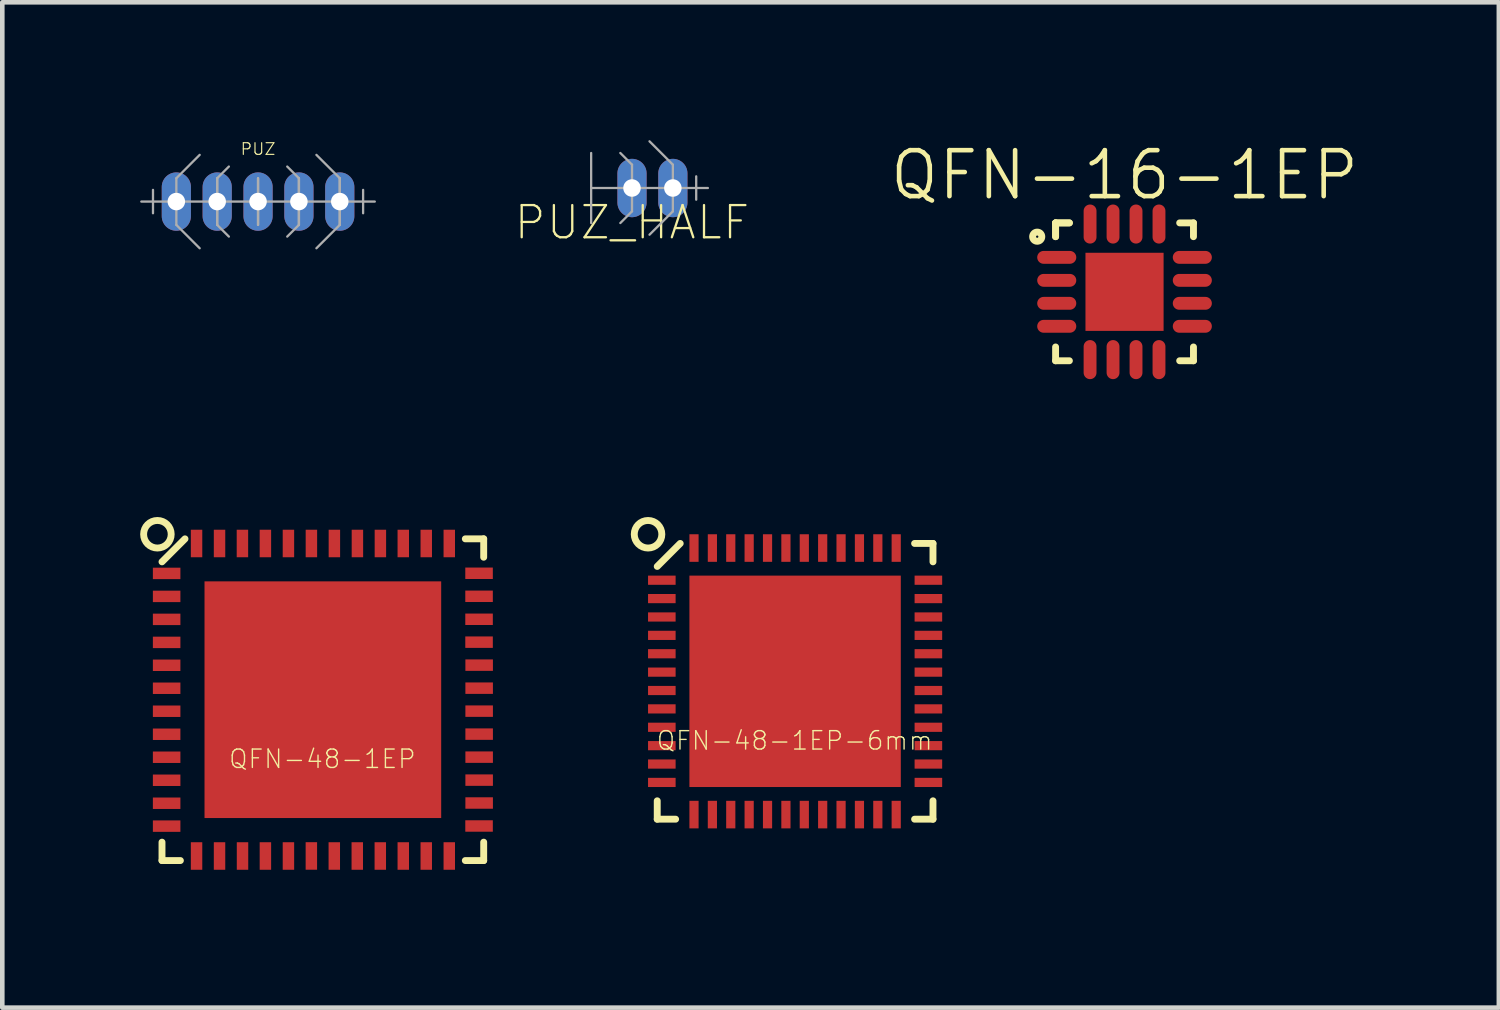
<source format=kicad_pcb>
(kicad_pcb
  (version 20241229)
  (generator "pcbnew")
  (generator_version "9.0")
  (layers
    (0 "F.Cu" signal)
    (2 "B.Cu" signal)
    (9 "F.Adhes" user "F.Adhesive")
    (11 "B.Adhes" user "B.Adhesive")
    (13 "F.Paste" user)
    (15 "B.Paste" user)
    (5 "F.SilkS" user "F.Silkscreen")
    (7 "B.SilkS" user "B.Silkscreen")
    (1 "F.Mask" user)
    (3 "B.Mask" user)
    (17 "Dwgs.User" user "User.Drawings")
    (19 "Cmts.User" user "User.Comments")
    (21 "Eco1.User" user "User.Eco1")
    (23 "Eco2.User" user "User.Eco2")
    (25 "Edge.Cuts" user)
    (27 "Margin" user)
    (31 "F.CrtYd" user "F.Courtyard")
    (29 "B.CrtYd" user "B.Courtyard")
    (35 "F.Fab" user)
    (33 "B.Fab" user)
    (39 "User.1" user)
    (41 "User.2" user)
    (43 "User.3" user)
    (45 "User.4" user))
  (footprint "QFN-16-1EP"
    (layer "F.Cu")
    (at 21.419 3.3)
    (property "Reference" "QFN-16-1EP" (at 0 -2.54 0) (layer "F.SilkS") (effects (font (size 1 1) (thickness 0.1))))
    (attr through_hole)
    (fp_line (start -1.5 -1.5) (end -1.2 -1.5) (stroke (width 0.15) (type solid)) (layer "F.SilkS"))
    (fp_line (start -1.5 -1.5) (end -1.2 -1.5) (stroke (width 0.15) (type solid)) (layer "F.SilkS"))
    (fp_line (start -1.5 -1.2) (end -1.5 -1.5) (stroke (width 0.15) (type solid)) (layer "F.SilkS"))
    (fp_line (start -1.5 -1.2) (end -1.5 -1.5) (stroke (width 0.15) (type solid)) (layer "F.SilkS"))
    (fp_line (start -1.5 1.5) (end -1.5 1.2) (stroke (width 0.15) (type solid)) (layer "F.SilkS"))
    (fp_line (start -1.5 1.5) (end -1.2 1.5) (stroke (width 0.15) (type solid)) (layer "F.SilkS"))
    (fp_line (start 1.2 -1.5) (end 1.5 -1.5) (stroke (width 0.15) (type solid)) (layer "F.SilkS"))
    (fp_line (start 1.2 1.5) (end 1.5 1.5) (stroke (width 0.15) (type solid)) (layer "F.SilkS"))
    (fp_line (start 1.5 -1.2) (end 1.5 -1.5) (stroke (width 0.15) (type solid)) (layer "F.SilkS"))
    (fp_line (start 1.5 1.5) (end 1.5 1.2) (stroke (width 0.15) (type solid)) (layer "F.SilkS"))
    (fp_circle (center -1.9 -1.2) (end -2 -1.2) (stroke (width 0.15) (type solid)) (fill no) (layer "F.SilkS"))
    (pad "1" smd oval (at -1.475 -0.75 90) (size 0.28 0.85) (layers "F.Cu" "F.Mask" "F.Paste"))
    (pad "2" smd oval (at -1.475 -0.25 90) (size 0.28 0.85) (layers "F.Cu" "F.Mask" "F.Paste"))
    (pad "3" smd oval (at -1.475 0.25 90) (size 0.28 0.85) (layers "F.Cu" "F.Mask" "F.Paste"))
    (pad "4" smd oval (at -1.475 0.75 90) (size 0.28 0.85) (layers "F.Cu" "F.Mask" "F.Paste"))
    (pad "5" smd oval (at -0.75 1.475) (size 0.28 0.85) (layers "F.Cu" "F.Mask" "F.Paste"))
    (pad "6" smd oval (at -0.25 1.475) (size 0.28 0.85) (layers "F.Cu" "F.Mask" "F.Paste"))
    (pad "7" smd oval (at 0.25 1.475) (size 0.28 0.85) (layers "F.Cu" "F.Mask" "F.Paste"))
    (pad "8" smd oval (at 0.75 1.475) (size 0.28 0.85) (layers "F.Cu" "F.Mask" "F.Paste"))
    (pad "9" smd oval (at 1.475 0.75 90) (size 0.28 0.85) (layers "F.Cu" "F.Mask" "F.Paste"))
    (pad "10" smd oval (at 1.475 0.25 90) (size 0.28 0.85) (layers "F.Cu" "F.Mask" "F.Paste"))
    (pad "11" smd oval (at 1.475 -0.25 90) (size 0.28 0.85) (layers "F.Cu" "F.Mask" "F.Paste"))
    (pad "12" smd oval (at 1.475 -0.75 90) (size 0.28 0.85) (layers "F.Cu" "F.Mask" "F.Paste"))
    (pad "13" smd oval (at 0.75 -1.475) (size 0.28 0.85) (layers "F.Cu" "F.Mask" "F.Paste"))
    (pad "14" smd oval (at 0.25 -1.475) (size 0.28 0.85) (layers "F.Cu" "F.Mask" "F.Paste"))
    (pad "15" smd oval (at -0.25 -1.475) (size 0.28 0.85) (layers "F.Cu" "F.Mask" "F.Paste"))
    (pad "16" smd oval (at -0.75 -1.475) (size 0.28 0.85) (layers "F.Cu" "F.Mask" "F.Paste"))
    (pad "17" smd rect (at 0 0) (size 1.7 1.7) (layers "F.Cu" "F.Mask" "F.Paste")))
  (footprint "QFN-48-1EP"
    (layer "F.Cu")
    (at 3.975 12.175)
    (property "Reference" "QFN-48-1EP" (at -0.01 1.29 0) (layer "F.SilkS") (effects (font (size 0.4 0.4) (thickness 0.03))))
    (attr smd)
    (fp_line (start -3.5 3.1) (end -3.5 3.5) (stroke (width 0.15) (type solid)) (layer "F.SilkS"))
    (fp_line (start -3.5 3.5) (end -3.1 3.5) (stroke (width 0.15) (type solid)) (layer "F.SilkS"))
    (fp_line (start -3 -3.5) (end -3.5 -3) (stroke (width 0.15) (type solid)) (layer "F.SilkS"))
    (fp_line (start 3.1 -3.5) (end 3.5 -3.5) (stroke (width 0.15) (type solid)) (layer "F.SilkS"))
    (fp_line (start 3.5 -3.5) (end 3.5 -3.1) (stroke (width 0.15) (type solid)) (layer "F.SilkS"))
    (fp_line (start 3.5 3.1) (end 3.5 3.5) (stroke (width 0.15) (type solid)) (layer "F.SilkS"))
    (fp_line (start 3.5 3.5) (end 3.1 3.5) (stroke (width 0.15) (type solid)) (layer "F.SilkS"))
    (fp_circle (center -3.6 -3.6) (end -3.6 -3.9) (stroke (width 0.15) (type solid)) (fill no) (layer "F.SilkS"))
    (pad "1" smd rect (at -3.399 -2.748) (size 0.599 0.249) (layers "F.Cu" "F.Mask" "F.Paste"))
    (pad "2" smd rect (at -3.399 -2.248) (size 0.599 0.249) (layers "F.Cu" "F.Mask" "F.Paste"))
    (pad "3" smd rect (at -3.399 -1.748) (size 0.599 0.249) (layers "F.Cu" "F.Mask" "F.Paste"))
    (pad "4" smd rect (at -3.399 -1.247) (size 0.599 0.249) (layers "F.Cu" "F.Mask" "F.Paste"))
    (pad "5" smd rect (at -3.399 -0.749) (size 0.599 0.249) (layers "F.Cu" "F.Mask" "F.Paste"))
    (pad "6" smd rect (at -3.399 -0.249) (size 0.599 0.249) (layers "F.Cu" "F.Mask" "F.Paste"))
    (pad "7" smd rect (at -3.399 0.251) (size 0.599 0.249) (layers "F.Cu" "F.Mask" "F.Paste"))
    (pad "8" smd rect (at -3.399 0.752) (size 0.599 0.249) (layers "F.Cu" "F.Mask" "F.Paste"))
    (pad "9" smd rect (at -3.399 1.252) (size 0.599 0.249) (layers "F.Cu" "F.Mask" "F.Paste"))
    (pad "10" smd rect (at -3.399 1.753) (size 0.599 0.249) (layers "F.Cu" "F.Mask" "F.Paste"))
    (pad "11" smd rect (at -3.399 2.253) (size 0.599 0.249) (layers "F.Cu" "F.Mask" "F.Paste"))
    (pad "12" smd rect (at -3.399 2.751) (size 0.599 0.249) (layers "F.Cu" "F.Mask" "F.Paste"))
    (pad "13" smd rect (at -2.748 3.401) (size 0.249 0.599) (layers "F.Cu" "F.Mask" "F.Paste"))
    (pad "14" smd rect (at -2.248 3.401) (size 0.249 0.599) (layers "F.Cu" "F.Mask" "F.Paste"))
    (pad "15" smd rect (at -1.748 3.401) (size 0.249 0.599) (layers "F.Cu" "F.Mask" "F.Paste"))
    (pad "16" smd rect (at -1.25 3.401) (size 0.249 0.599) (layers "F.Cu" "F.Mask" "F.Paste"))
    (pad "17" smd rect (at -0.749 3.401) (size 0.249 0.599) (layers "F.Cu" "F.Mask" "F.Paste"))
    (pad "18" smd rect (at -0.25 3.4) (size 0.249 0.599) (layers "F.Cu" "F.Mask" "F.Paste"))
    (pad "19" smd rect (at 0.249 3.401) (size 0.249 0.599) (layers "F.Cu" "F.Mask" "F.Paste"))
    (pad "20" smd rect (at 0.749 3.401) (size 0.249 0.599) (layers "F.Cu" "F.Mask" "F.Paste"))
    (pad "21" smd rect (at 1.25 3.401) (size 0.249 0.599) (layers "F.Cu" "F.Mask" "F.Paste"))
    (pad "22" smd rect (at 1.75 3.401) (size 0.249 0.599) (layers "F.Cu" "F.Mask" "F.Paste"))
    (pad "23" smd rect (at 2.25 3.401) (size 0.249 0.599) (layers "F.Cu" "F.Mask" "F.Paste"))
    (pad "24" smd rect (at 2.751 3.401) (size 0.249 0.599) (layers "F.Cu" "F.Mask" "F.Paste"))
    (pad "25" smd rect (at 3.399 2.748) (size 0.599 0.249) (layers "F.Cu" "F.Mask" "F.Paste"))
    (pad "26" smd rect (at 3.401 2.248) (size 0.599 0.249) (layers "F.Cu" "F.Mask" "F.Paste"))
    (pad "27" smd rect (at 3.401 1.75) (size 0.599 0.249) (layers "F.Cu" "F.Mask" "F.Paste"))
    (pad "28" smd rect (at 3.401 1.25) (size 0.599 0.249) (layers "F.Cu" "F.Mask" "F.Paste"))
    (pad "29" smd rect (at 3.401 0.749) (size 0.599 0.249) (layers "F.Cu" "F.Mask" "F.Paste"))
    (pad "30" smd rect (at 3.401 0.249) (size 0.599 0.249) (layers "F.Cu" "F.Mask" "F.Paste"))
    (pad "31" smd rect (at 3.401 -0.251) (size 0.599 0.249) (layers "F.Cu" "F.Mask" "F.Paste"))
    (pad "32" smd rect (at 3.401 -0.752) (size 0.599 0.249) (layers "F.Cu" "F.Mask" "F.Paste"))
    (pad "33" smd rect (at 3.399 -1.252) (size 0.599 0.249) (layers "F.Cu" "F.Mask" "F.Paste"))
    (pad "34" smd rect (at 3.399 -1.75) (size 0.599 0.249) (layers "F.Cu" "F.Mask" "F.Paste"))
    (pad "35" smd rect (at 3.399 -2.25) (size 0.599 0.249) (layers "F.Cu" "F.Mask" "F.Paste"))
    (pad "36" smd rect (at 3.399 -2.751) (size 0.599 0.249) (layers "F.Cu" "F.Mask" "F.Paste"))
    (pad "37" smd rect (at 2.751 -3.399) (size 0.249 0.599) (layers "F.Cu" "F.Mask" "F.Paste"))
    (pad "38" smd rect (at 2.25 -3.399) (size 0.249 0.599) (layers "F.Cu" "F.Mask" "F.Paste"))
    (pad "39" smd rect (at 1.75 -3.399) (size 0.249 0.599) (layers "F.Cu" "F.Mask" "F.Paste"))
    (pad "40" smd rect (at 1.252 -3.399) (size 0.249 0.599) (layers "F.Cu" "F.Mask" "F.Paste"))
    (pad "41" smd rect (at 0.752 -3.399) (size 0.249 0.599) (layers "F.Cu" "F.Mask" "F.Paste"))
    (pad "42" smd rect (at 0.251 -3.399) (size 0.249 0.599) (layers "F.Cu" "F.Mask" "F.Paste"))
    (pad "43" smd rect (at -0.249 -3.399) (size 0.249 0.599) (layers "F.Cu" "F.Mask" "F.Paste"))
    (pad "44" smd rect (at -0.749 -3.399) (size 0.249 0.599) (layers "F.Cu" "F.Mask" "F.Paste"))
    (pad "45" smd rect (at -1.25 -3.399) (size 0.249 0.599) (layers "F.Cu" "F.Mask" "F.Paste"))
    (pad "46" smd rect (at -1.75 -3.399) (size 0.249 0.599) (layers "F.Cu" "F.Mask" "F.Paste"))
    (pad "47" smd rect (at -2.248 -3.399) (size 0.249 0.599) (layers "F.Cu" "F.Mask" "F.Paste"))
    (pad "48" smd rect (at -2.748 -3.399) (size 0.249 0.599) (layers "F.Cu" "F.Mask" "F.Paste"))
    (pad "49" smd rect (at 0 0 270) (size 5.15 5.15) (layers "F.Cu" "F.Mask" "F.Paste")))
  (footprint "PUZ_HALF"
    (layer "F.Cu")
    (at 9.813 1.041)
    (property "Reference" "PUZ_HALF" (at 0.889 0.75 0) (layer "F.SilkS") (effects (font (size 0.7 0.7) (thickness 0.05))))
    (attr through_hole)
    (fp_circle (center 0.889 0) (end 1.079 0) (stroke (width 0.381) (type solid)) (fill no) (layer "F.Mask"))
    (fp_circle (center 1.778 0) (end 1.968 0) (stroke (width 0.381) (type solid)) (fill no) (layer "F.Mask"))
    (fp_circle (center 0.889 0) (end 1.079 0) (stroke (width 0.381) (type solid)) (fill no) (layer "B.Mask"))
    (fp_circle (center 1.778 0) (end 1.968 0) (stroke (width 0.381) (type solid)) (fill no) (layer "B.Mask"))
    (fp_line (start 0 -0.762) (end 0 0.762) (stroke (width 0.05) (type solid)) (layer "F.Fab"))
    (fp_line (start 0.889 -0.508) (end 0.635 -0.762) (stroke (width 0.05) (type solid)) (layer "F.Fab"))
    (fp_line (start 0.889 0) (end 0.889 -0.508) (stroke (width 0.05) (type solid)) (layer "F.Fab"))
    (fp_line (start 0.889 0) (end 0.889 0.508) (stroke (width 0.05) (type solid)) (layer "F.Fab"))
    (fp_line (start 0.889 0.508) (end 0.635 0.762) (stroke (width 0.05) (type solid)) (layer "F.Fab"))
    (fp_line (start 1.778 -0.508) (end 1.27 -1.016) (stroke (width 0.05) (type solid)) (layer "F.Fab"))
    (fp_line (start 1.778 0) (end 1.778 -0.508) (stroke (width 0.05) (type solid)) (layer "F.Fab"))
    (fp_line (start 1.778 0) (end 1.778 0.508) (stroke (width 0.05) (type solid)) (layer "F.Fab"))
    (fp_line (start 1.778 0.508) (end 1.27 1.016) (stroke (width 0.05) (type solid)) (layer "F.Fab"))
    (fp_line (start 2.286 -0.254) (end 2.286 0.254) (stroke (width 0.05) (type solid)) (layer "F.Fab"))
    (fp_line (start 2.54 0) (end 0 0) (stroke (width 0.05) (type solid)) (layer "F.Fab"))
    (pad "1" thru_hole oval (at 0.889 0) (size 0.635 1.27) (drill 0.381) (layers "*.Cu"))
    (pad "2" thru_hole oval (at 1.778 0) (size 0.635 1.27) (drill 0.381) (layers "*.Cu")))
  (footprint "PUZ"
    (layer "F.Cu")
    (at 2.565 1.336)
    (property "Reference" "PUZ" (at 0 -1.143 0) (layer "F.SilkS") (effects (font (size 0.254 0.254) (thickness 0.025))))
    (attr through_hole)
    (fp_circle (center -1.778 0) (end -1.587 0) (stroke (width 0.381) (type solid)) (fill no) (layer "F.Mask"))
    (fp_circle (center -0.889 0) (end -0.699 0) (stroke (width 0.381) (type solid)) (fill no) (layer "F.Mask"))
    (fp_circle (center 0 0) (end 0.191 0) (stroke (width 0.381) (type solid)) (fill no) (layer "F.Mask"))
    (fp_circle (center 0.889 0) (end 1.079 0) (stroke (width 0.381) (type solid)) (fill no) (layer "F.Mask"))
    (fp_circle (center 1.778 0) (end 1.968 0) (stroke (width 0.381) (type solid)) (fill no) (layer "F.Mask"))
    (fp_circle (center -1.778 0) (end -1.587 0) (stroke (width 0.381) (type solid)) (fill no) (layer "B.Mask"))
    (fp_circle (center -0.889 0) (end -0.699 0) (stroke (width 0.381) (type solid)) (fill no) (layer "B.Mask"))
    (fp_circle (center 0 0) (end 0.191 0) (stroke (width 0.381) (type solid)) (fill no) (layer "B.Mask"))
    (fp_circle (center 0.889 0) (end 1.079 0) (stroke (width 0.381) (type solid)) (fill no) (layer "B.Mask"))
    (fp_circle (center 1.778 0) (end 1.968 0) (stroke (width 0.381) (type solid)) (fill no) (layer "B.Mask"))
    (fp_line (start -2.54 0) (end 2.54 0) (stroke (width 0.05) (type solid)) (layer "F.Fab"))
    (fp_line (start -2.286 -0.254) (end -2.286 0.254) (stroke (width 0.05) (type solid)) (layer "F.Fab"))
    (fp_line (start -1.778 -0.508) (end -1.27 -1.016) (stroke (width 0.05) (type solid)) (layer "F.Fab"))
    (fp_line (start -1.778 0) (end -1.778 -0.508) (stroke (width 0.05) (type solid)) (layer "F.Fab"))
    (fp_line (start -1.778 0) (end -1.778 0.508) (stroke (width 0.05) (type solid)) (layer "F.Fab"))
    (fp_line (start -1.778 0.508) (end -1.27 1.016) (stroke (width 0.05) (type solid)) (layer "F.Fab"))
    (fp_line (start -0.889 -0.508) (end -0.635 -0.762) (stroke (width 0.05) (type solid)) (layer "F.Fab"))
    (fp_line (start -0.889 0) (end -0.889 -0.508) (stroke (width 0.05) (type solid)) (layer "F.Fab"))
    (fp_line (start -0.889 0) (end -0.889 -0.508) (stroke (width 0.05) (type solid)) (layer "F.Fab"))
    (fp_line (start -0.889 0) (end -0.889 0.508) (stroke (width 0.05) (type solid)) (layer "F.Fab"))
    (fp_line (start -0.889 0) (end -0.889 0.508) (stroke (width 0.05) (type solid)) (layer "F.Fab"))
    (fp_line (start -0.889 0.508) (end -0.635 0.762) (stroke (width 0.05) (type solid)) (layer "F.Fab"))
    (fp_line (start 0 -0.508) (end 0 0.508) (stroke (width 0.05) (type solid)) (layer "F.Fab"))
    (fp_line (start 0 0) (end 0 -0.508) (stroke (width 0.05) (type solid)) (layer "F.Fab"))
    (fp_line (start 0 0) (end 0 0.508) (stroke (width 0.05) (type solid)) (layer "F.Fab"))
    (fp_line (start 0.889 -0.508) (end 0.635 -0.762) (stroke (width 0.05) (type solid)) (layer "F.Fab"))
    (fp_line (start 0.889 0) (end 0.889 -0.508) (stroke (width 0.05) (type solid)) (layer "F.Fab"))
    (fp_line (start 0.889 0) (end 0.889 -0.508) (stroke (width 0.05) (type solid)) (layer "F.Fab"))
    (fp_line (start 0.889 0) (end 0.889 0.508) (stroke (width 0.05) (type solid)) (layer "F.Fab"))
    (fp_line (start 0.889 0) (end 0.889 0.508) (stroke (width 0.05) (type solid)) (layer "F.Fab"))
    (fp_line (start 0.889 0.508) (end 0.635 0.762) (stroke (width 0.05) (type solid)) (layer "F.Fab"))
    (fp_line (start 1.778 -0.508) (end 1.27 -1.016) (stroke (width 0.05) (type solid)) (layer "F.Fab"))
    (fp_line (start 1.778 0) (end 1.778 -0.508) (stroke (width 0.05) (type solid)) (layer "F.Fab"))
    (fp_line (start 1.778 0) (end 1.778 -0.508) (stroke (width 0.05) (type solid)) (layer "F.Fab"))
    (fp_line (start 1.778 0) (end 1.778 0.508) (stroke (width 0.05) (type solid)) (layer "F.Fab"))
    (fp_line (start 1.778 0) (end 1.778 0.508) (stroke (width 0.05) (type solid)) (layer "F.Fab"))
    (fp_line (start 1.778 0.508) (end 1.27 1.016) (stroke (width 0.05) (type solid)) (layer "F.Fab"))
    (fp_line (start 2.286 -0.254) (end 2.286 0.254) (stroke (width 0.05) (type solid)) (layer "F.Fab"))
    (pad "1" thru_hole oval (at -1.778 0) (size 0.635 1.27) (drill 0.381) (layers "*.Cu"))
    (pad "2" thru_hole oval (at -0.889 0) (size 0.635 1.27) (drill 0.381) (layers "*.Cu"))
    (pad "3" thru_hole oval (at 0 0) (size 0.635 1.27) (drill 0.381) (layers "*.Cu"))
    (pad "4" thru_hole oval (at 0.889 0) (size 0.635 1.27) (drill 0.381) (layers "*.Cu"))
    (pad "5" thru_hole oval (at 1.778 0) (size 0.635 1.27) (drill 0.381) (layers "*.Cu")))
  (footprint "QFN-48-1EP-6mm"
    (layer "F.Cu")
    (at 14.251 11.775)
    (property "Reference" "QFN-48-1EP-6mm" (at -0.01 1.29 0) (layer "F.SilkS") (effects (font (size 0.4 0.4) (thickness 0.03))))
    (attr smd)
    (fp_line (start -3 2.6) (end -3 3) (stroke (width 0.15) (type solid)) (layer "F.SilkS"))
    (fp_line (start -3 3) (end -2.6 3) (stroke (width 0.15) (type solid)) (layer "F.SilkS"))
    (fp_line (start -2.5 -3) (end -3 -2.5) (stroke (width 0.15) (type solid)) (layer "F.SilkS"))
    (fp_line (start 2.6 -3) (end 3 -3) (stroke (width 0.15) (type solid)) (layer "F.SilkS"))
    (fp_line (start 3 -3) (end 3 -2.6) (stroke (width 0.15) (type solid)) (layer "F.SilkS"))
    (fp_line (start 3 2.6) (end 3 3) (stroke (width 0.15) (type solid)) (layer "F.SilkS"))
    (fp_line (start 3 3) (end 2.6 3) (stroke (width 0.15) (type solid)) (layer "F.SilkS"))
    (fp_circle (center -3.2 -3.2) (end -3.2 -3.5) (stroke (width 0.15) (type solid)) (fill no) (layer "F.SilkS"))
    (pad "1" smd rect (at -2.9 -2.2) (size 0.6 0.2) (layers "F.Cu" "F.Mask" "F.Paste"))
    (pad "2" smd rect (at -2.9 -1.8) (size 0.6 0.2) (layers "F.Cu" "F.Mask" "F.Paste"))
    (pad "3" smd rect (at -2.9 -1.4) (size 0.6 0.2) (layers "F.Cu" "F.Mask" "F.Paste"))
    (pad "4" smd rect (at -2.9 -1) (size 0.6 0.2) (layers "F.Cu" "F.Mask" "F.Paste"))
    (pad "5" smd rect (at -2.9 -0.6) (size 0.6 0.2) (layers "F.Cu" "F.Mask" "F.Paste"))
    (pad "6" smd rect (at -2.9 -0.2) (size 0.6 0.2) (layers "F.Cu" "F.Mask" "F.Paste"))
    (pad "7" smd rect (at -2.9 0.2) (size 0.6 0.2) (layers "F.Cu" "F.Mask" "F.Paste"))
    (pad "8" smd rect (at -2.9 0.6) (size 0.6 0.2) (layers "F.Cu" "F.Mask" "F.Paste"))
    (pad "9" smd rect (at -2.9 1) (size 0.6 0.2) (layers "F.Cu" "F.Mask" "F.Paste"))
    (pad "10" smd rect (at -2.9 1.4) (size 0.6 0.2) (layers "F.Cu" "F.Mask" "F.Paste"))
    (pad "11" smd rect (at -2.9 1.8) (size 0.6 0.2) (layers "F.Cu" "F.Mask" "F.Paste"))
    (pad "12" smd rect (at -2.9 2.2) (size 0.6 0.2) (layers "F.Cu" "F.Mask" "F.Paste"))
    (pad "13" smd rect (at -2.2 2.9) (size 0.2 0.6) (layers "F.Cu" "F.Mask" "F.Paste"))
    (pad "14" smd rect (at -1.8 2.9) (size 0.2 0.6) (layers "F.Cu" "F.Mask" "F.Paste"))
    (pad "15" smd rect (at -1.4 2.9) (size 0.2 0.6) (layers "F.Cu" "F.Mask" "F.Paste"))
    (pad "16" smd rect (at -1 2.9) (size 0.2 0.6) (layers "F.Cu" "F.Mask" "F.Paste"))
    (pad "17" smd rect (at -0.6 2.9) (size 0.2 0.6) (layers "F.Cu" "F.Mask" "F.Paste"))
    (pad "18" smd rect (at -0.2 2.9) (size 0.2 0.6) (layers "F.Cu" "F.Mask" "F.Paste"))
    (pad "19" smd rect (at 0.2 2.9) (size 0.2 0.6) (layers "F.Cu" "F.Mask" "F.Paste"))
    (pad "20" smd rect (at 0.6 2.9) (size 0.2 0.6) (layers "F.Cu" "F.Mask" "F.Paste"))
    (pad "21" smd rect (at 1 2.9) (size 0.2 0.6) (layers "F.Cu" "F.Mask" "F.Paste"))
    (pad "22" smd rect (at 1.4 2.9) (size 0.2 0.6) (layers "F.Cu" "F.Mask" "F.Paste"))
    (pad "23" smd rect (at 1.8 2.9) (size 0.2 0.6) (layers "F.Cu" "F.Mask" "F.Paste"))
    (pad "24" smd rect (at 2.2 2.9) (size 0.2 0.6) (layers "F.Cu" "F.Mask" "F.Paste"))
    (pad "25" smd rect (at 2.9 2.2) (size 0.6 0.2) (layers "F.Cu" "F.Mask" "F.Paste"))
    (pad "26" smd rect (at 2.9 1.8) (size 0.6 0.2) (layers "F.Cu" "F.Mask" "F.Paste"))
    (pad "27" smd rect (at 2.9 1.4) (size 0.6 0.2) (layers "F.Cu" "F.Mask" "F.Paste"))
    (pad "28" smd rect (at 2.9 1) (size 0.6 0.2) (layers "F.Cu" "F.Mask" "F.Paste"))
    (pad "29" smd rect (at 2.9 0.6) (size 0.6 0.2) (layers "F.Cu" "F.Mask" "F.Paste"))
    (pad "30" smd rect (at 2.9 0.2) (size 0.6 0.2) (layers "F.Cu" "F.Mask" "F.Paste"))
    (pad "31" smd rect (at 2.9 -0.2) (size 0.6 0.2) (layers "F.Cu" "F.Mask" "F.Paste"))
    (pad "32" smd rect (at 2.9 -0.6) (size 0.6 0.2) (layers "F.Cu" "F.Mask" "F.Paste"))
    (pad "33" smd rect (at 2.9 -1) (size 0.6 0.2) (layers "F.Cu" "F.Mask" "F.Paste"))
    (pad "34" smd rect (at 2.9 -1.4) (size 0.6 0.2) (layers "F.Cu" "F.Mask" "F.Paste"))
    (pad "35" smd rect (at 2.9 -1.8) (size 0.6 0.2) (layers "F.Cu" "F.Mask" "F.Paste"))
    (pad "36" smd rect (at 2.9 -2.2) (size 0.6 0.2) (layers "F.Cu" "F.Mask" "F.Paste"))
    (pad "37" smd rect (at 2.2 -2.9) (size 0.2 0.6) (layers "F.Cu" "F.Mask" "F.Paste"))
    (pad "38" smd rect (at 1.8 -2.9) (size 0.2 0.6) (layers "F.Cu" "F.Mask" "F.Paste"))
    (pad "39" smd rect (at 1.4 -2.9) (size 0.2 0.6) (layers "F.Cu" "F.Mask" "F.Paste"))
    (pad "40" smd rect (at 1 -2.9) (size 0.2 0.6) (layers "F.Cu" "F.Mask" "F.Paste"))
    (pad "41" smd rect (at 0.6 -2.9) (size 0.2 0.6) (layers "F.Cu" "F.Mask" "F.Paste"))
    (pad "42" smd rect (at 0.2 -2.9) (size 0.2 0.6) (layers "F.Cu" "F.Mask" "F.Paste"))
    (pad "43" smd rect (at -0.2 -2.9) (size 0.2 0.6) (layers "F.Cu" "F.Mask" "F.Paste"))
    (pad "44" smd rect (at -0.6 -2.9) (size 0.2 0.6) (layers "F.Cu" "F.Mask" "F.Paste"))
    (pad "45" smd rect (at -1 -2.9) (size 0.2 0.6) (layers "F.Cu" "F.Mask" "F.Paste"))
    (pad "46" smd rect (at -1.4 -2.9) (size 0.2 0.6) (layers "F.Cu" "F.Mask" "F.Paste"))
    (pad "47" smd rect (at -1.8 -2.9) (size 0.2 0.6) (layers "F.Cu" "F.Mask" "F.Paste"))
    (pad "48" smd rect (at -2.2 -2.9) (size 0.2 0.6) (layers "F.Cu" "F.Mask" "F.Paste"))
    (pad "49" smd rect (at 0 0 270) (size 4.6 4.6) (layers "F.Cu" "F.Mask" "F.Paste")))
  (gr_rect
    (start -3 -3)
    (end 29.564 18.876)
    (stroke (width 0.1) (type default))
    (fill no)
    (layer "Edge.Cuts")))
</source>
